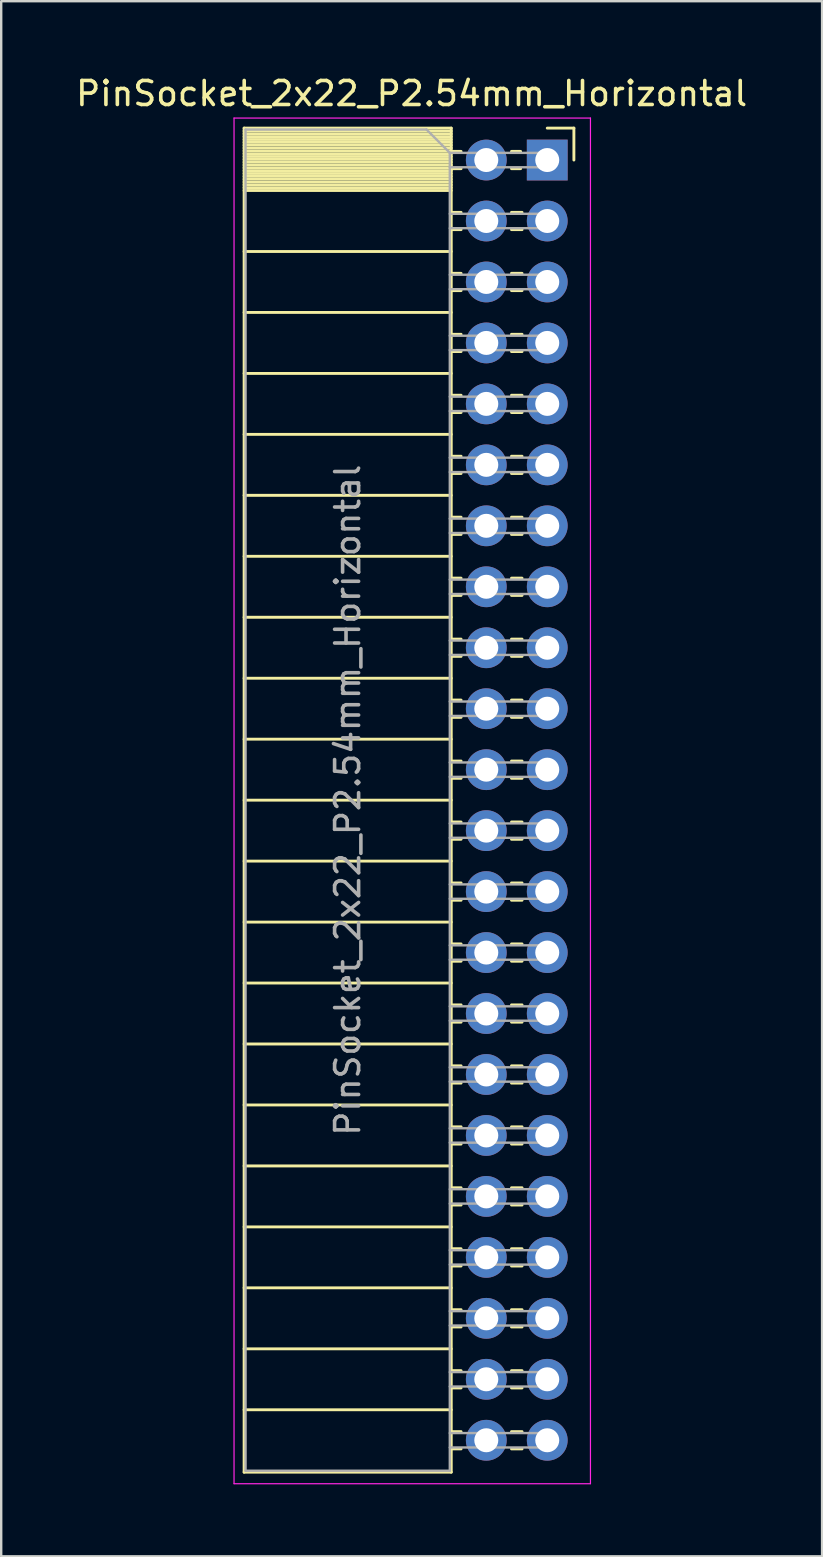
<source format=kicad_pcb>
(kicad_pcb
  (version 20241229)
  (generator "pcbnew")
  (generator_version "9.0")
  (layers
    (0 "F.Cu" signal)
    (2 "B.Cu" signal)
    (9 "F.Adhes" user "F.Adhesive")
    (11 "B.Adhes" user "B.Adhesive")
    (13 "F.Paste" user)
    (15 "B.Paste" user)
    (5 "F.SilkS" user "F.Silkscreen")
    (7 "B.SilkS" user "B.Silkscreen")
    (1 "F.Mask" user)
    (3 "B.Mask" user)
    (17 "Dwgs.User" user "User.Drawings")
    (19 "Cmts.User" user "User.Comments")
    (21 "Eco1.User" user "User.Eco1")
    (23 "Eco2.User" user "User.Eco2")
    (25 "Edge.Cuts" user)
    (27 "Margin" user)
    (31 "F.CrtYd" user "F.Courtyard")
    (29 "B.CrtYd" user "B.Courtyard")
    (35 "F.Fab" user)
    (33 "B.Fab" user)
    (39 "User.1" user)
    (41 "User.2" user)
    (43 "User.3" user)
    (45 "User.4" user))
  (footprint "PinSocket_2x22_P2.54mm_Horizontal"
    (layer "F.Cu")
    (at 19.751 3.618)
    (property "Reference" "PinSocket_2x22_P2.54mm_Horizontal" (at -5.65 -2.77 0) (layer "F.SilkS") (effects (font (size 1 1) (thickness 0.15))))
    (attr through_hole)
    (fp_line (start -12.63 -1.33) (end -12.63 54.67) (stroke (width 0.12) (type solid)) (layer "F.SilkS"))
    (fp_line (start -12.63 -1.33) (end -4 -1.33) (stroke (width 0.12) (type solid)) (layer "F.SilkS"))
    (fp_line (start -12.63 -1.21) (end -4 -1.21) (stroke (width 0.12) (type solid)) (layer "F.SilkS"))
    (fp_line (start -12.63 -1.092) (end -4 -1.092) (stroke (width 0.12) (type solid)) (layer "F.SilkS"))
    (fp_line (start -12.63 -0.974) (end -4 -0.974) (stroke (width 0.12) (type solid)) (layer "F.SilkS"))
    (fp_line (start -12.63 -0.856) (end -4 -0.856) (stroke (width 0.12) (type solid)) (layer "F.SilkS"))
    (fp_line (start -12.63 -0.738) (end -4 -0.738) (stroke (width 0.12) (type solid)) (layer "F.SilkS"))
    (fp_line (start -12.63 -0.62) (end -4 -0.62) (stroke (width 0.12) (type solid)) (layer "F.SilkS"))
    (fp_line (start -12.63 -0.501) (end -4 -0.501) (stroke (width 0.12) (type solid)) (layer "F.SilkS"))
    (fp_line (start -12.63 -0.383) (end -4 -0.383) (stroke (width 0.12) (type solid)) (layer "F.SilkS"))
    (fp_line (start -12.63 -0.265) (end -4 -0.265) (stroke (width 0.12) (type solid)) (layer "F.SilkS"))
    (fp_line (start -12.63 -0.147) (end -4 -0.147) (stroke (width 0.12) (type solid)) (layer "F.SilkS"))
    (fp_line (start -12.63 -0.029) (end -4 -0.029) (stroke (width 0.12) (type solid)) (layer "F.SilkS"))
    (fp_line (start -12.63 0.089) (end -4 0.089) (stroke (width 0.12) (type solid)) (layer "F.SilkS"))
    (fp_line (start -12.63 0.207) (end -4 0.207) (stroke (width 0.12) (type solid)) (layer "F.SilkS"))
    (fp_line (start -12.63 0.325) (end -4 0.325) (stroke (width 0.12) (type solid)) (layer "F.SilkS"))
    (fp_line (start -12.63 0.443) (end -4 0.443) (stroke (width 0.12) (type solid)) (layer "F.SilkS"))
    (fp_line (start -12.63 0.561) (end -4 0.561) (stroke (width 0.12) (type solid)) (layer "F.SilkS"))
    (fp_line (start -12.63 0.68) (end -4 0.68) (stroke (width 0.12) (type solid)) (layer "F.SilkS"))
    (fp_line (start -12.63 0.798) (end -4 0.798) (stroke (width 0.12) (type solid)) (layer "F.SilkS"))
    (fp_line (start -12.63 0.916) (end -4 0.916) (stroke (width 0.12) (type solid)) (layer "F.SilkS"))
    (fp_line (start -12.63 1.034) (end -4 1.034) (stroke (width 0.12) (type solid)) (layer "F.SilkS"))
    (fp_line (start -12.63 1.152) (end -4 1.152) (stroke (width 0.12) (type solid)) (layer "F.SilkS"))
    (fp_line (start -12.63 1.27) (end -4 1.27) (stroke (width 0.12) (type solid)) (layer "F.SilkS"))
    (fp_line (start -12.63 3.81) (end -4 3.81) (stroke (width 0.12) (type solid)) (layer "F.SilkS"))
    (fp_line (start -12.63 6.35) (end -4 6.35) (stroke (width 0.12) (type solid)) (layer "F.SilkS"))
    (fp_line (start -12.63 8.89) (end -4 8.89) (stroke (width 0.12) (type solid)) (layer "F.SilkS"))
    (fp_line (start -12.63 11.43) (end -4 11.43) (stroke (width 0.12) (type solid)) (layer "F.SilkS"))
    (fp_line (start -12.63 13.97) (end -4 13.97) (stroke (width 0.12) (type solid)) (layer "F.SilkS"))
    (fp_line (start -12.63 16.51) (end -4 16.51) (stroke (width 0.12) (type solid)) (layer "F.SilkS"))
    (fp_line (start -12.63 19.05) (end -4 19.05) (stroke (width 0.12) (type solid)) (layer "F.SilkS"))
    (fp_line (start -12.63 21.59) (end -4 21.59) (stroke (width 0.12) (type solid)) (layer "F.SilkS"))
    (fp_line (start -12.63 24.13) (end -4 24.13) (stroke (width 0.12) (type solid)) (layer "F.SilkS"))
    (fp_line (start -12.63 26.67) (end -4 26.67) (stroke (width 0.12) (type solid)) (layer "F.SilkS"))
    (fp_line (start -12.63 29.21) (end -4 29.21) (stroke (width 0.12) (type solid)) (layer "F.SilkS"))
    (fp_line (start -12.63 31.75) (end -4 31.75) (stroke (width 0.12) (type solid)) (layer "F.SilkS"))
    (fp_line (start -12.63 34.29) (end -4 34.29) (stroke (width 0.12) (type solid)) (layer "F.SilkS"))
    (fp_line (start -12.63 36.83) (end -4 36.83) (stroke (width 0.12) (type solid)) (layer "F.SilkS"))
    (fp_line (start -12.63 39.37) (end -4 39.37) (stroke (width 0.12) (type solid)) (layer "F.SilkS"))
    (fp_line (start -12.63 41.91) (end -4 41.91) (stroke (width 0.12) (type solid)) (layer "F.SilkS"))
    (fp_line (start -12.63 44.45) (end -4 44.45) (stroke (width 0.12) (type solid)) (layer "F.SilkS"))
    (fp_line (start -12.63 46.99) (end -4 46.99) (stroke (width 0.12) (type solid)) (layer "F.SilkS"))
    (fp_line (start -12.63 49.53) (end -4 49.53) (stroke (width 0.12) (type solid)) (layer "F.SilkS"))
    (fp_line (start -12.63 52.07) (end -4 52.07) (stroke (width 0.12) (type solid)) (layer "F.SilkS"))
    (fp_line (start -12.63 54.67) (end -4 54.67) (stroke (width 0.12) (type solid)) (layer "F.SilkS"))
    (fp_line (start -4 -1.33) (end -4 54.67) (stroke (width 0.12) (type solid)) (layer "F.SilkS"))
    (fp_line (start -4 -0.36) (end -3.59 -0.36) (stroke (width 0.12) (type solid)) (layer "F.SilkS"))
    (fp_line (start -4 0.36) (end -3.59 0.36) (stroke (width 0.12) (type solid)) (layer "F.SilkS"))
    (fp_line (start -4 2.18) (end -3.59 2.18) (stroke (width 0.12) (type solid)) (layer "F.SilkS"))
    (fp_line (start -4 2.9) (end -3.59 2.9) (stroke (width 0.12) (type solid)) (layer "F.SilkS"))
    (fp_line (start -4 4.72) (end -3.59 4.72) (stroke (width 0.12) (type solid)) (layer "F.SilkS"))
    (fp_line (start -4 5.44) (end -3.59 5.44) (stroke (width 0.12) (type solid)) (layer "F.SilkS"))
    (fp_line (start -4 7.26) (end -3.59 7.26) (stroke (width 0.12) (type solid)) (layer "F.SilkS"))
    (fp_line (start -4 7.98) (end -3.59 7.98) (stroke (width 0.12) (type solid)) (layer "F.SilkS"))
    (fp_line (start -4 9.8) (end -3.59 9.8) (stroke (width 0.12) (type solid)) (layer "F.SilkS"))
    (fp_line (start -4 10.52) (end -3.59 10.52) (stroke (width 0.12) (type solid)) (layer "F.SilkS"))
    (fp_line (start -4 12.34) (end -3.59 12.34) (stroke (width 0.12) (type solid)) (layer "F.SilkS"))
    (fp_line (start -4 13.06) (end -3.59 13.06) (stroke (width 0.12) (type solid)) (layer "F.SilkS"))
    (fp_line (start -4 14.88) (end -3.59 14.88) (stroke (width 0.12) (type solid)) (layer "F.SilkS"))
    (fp_line (start -4 15.6) (end -3.59 15.6) (stroke (width 0.12) (type solid)) (layer "F.SilkS"))
    (fp_line (start -4 17.42) (end -3.59 17.42) (stroke (width 0.12) (type solid)) (layer "F.SilkS"))
    (fp_line (start -4 18.14) (end -3.59 18.14) (stroke (width 0.12) (type solid)) (layer "F.SilkS"))
    (fp_line (start -4 19.96) (end -3.59 19.96) (stroke (width 0.12) (type solid)) (layer "F.SilkS"))
    (fp_line (start -4 20.68) (end -3.59 20.68) (stroke (width 0.12) (type solid)) (layer "F.SilkS"))
    (fp_line (start -4 22.5) (end -3.59 22.5) (stroke (width 0.12) (type solid)) (layer "F.SilkS"))
    (fp_line (start -4 23.22) (end -3.59 23.22) (stroke (width 0.12) (type solid)) (layer "F.SilkS"))
    (fp_line (start -4 25.04) (end -3.59 25.04) (stroke (width 0.12) (type solid)) (layer "F.SilkS"))
    (fp_line (start -4 25.76) (end -3.59 25.76) (stroke (width 0.12) (type solid)) (layer "F.SilkS"))
    (fp_line (start -4 27.58) (end -3.59 27.58) (stroke (width 0.12) (type solid)) (layer "F.SilkS"))
    (fp_line (start -4 28.3) (end -3.59 28.3) (stroke (width 0.12) (type solid)) (layer "F.SilkS"))
    (fp_line (start -4 30.12) (end -3.59 30.12) (stroke (width 0.12) (type solid)) (layer "F.SilkS"))
    (fp_line (start -4 30.84) (end -3.59 30.84) (stroke (width 0.12) (type solid)) (layer "F.SilkS"))
    (fp_line (start -4 32.66) (end -3.59 32.66) (stroke (width 0.12) (type solid)) (layer "F.SilkS"))
    (fp_line (start -4 33.38) (end -3.59 33.38) (stroke (width 0.12) (type solid)) (layer "F.SilkS"))
    (fp_line (start -4 35.2) (end -3.59 35.2) (stroke (width 0.12) (type solid)) (layer "F.SilkS"))
    (fp_line (start -4 35.92) (end -3.59 35.92) (stroke (width 0.12) (type solid)) (layer "F.SilkS"))
    (fp_line (start -4 37.74) (end -3.59 37.74) (stroke (width 0.12) (type solid)) (layer "F.SilkS"))
    (fp_line (start -4 38.46) (end -3.59 38.46) (stroke (width 0.12) (type solid)) (layer "F.SilkS"))
    (fp_line (start -4 40.28) (end -3.59 40.28) (stroke (width 0.12) (type solid)) (layer "F.SilkS"))
    (fp_line (start -4 41) (end -3.59 41) (stroke (width 0.12) (type solid)) (layer "F.SilkS"))
    (fp_line (start -4 42.82) (end -3.59 42.82) (stroke (width 0.12) (type solid)) (layer "F.SilkS"))
    (fp_line (start -4 43.54) (end -3.59 43.54) (stroke (width 0.12) (type solid)) (layer "F.SilkS"))
    (fp_line (start -4 45.36) (end -3.59 45.36) (stroke (width 0.12) (type solid)) (layer "F.SilkS"))
    (fp_line (start -4 46.08) (end -3.59 46.08) (stroke (width 0.12) (type solid)) (layer "F.SilkS"))
    (fp_line (start -4 47.9) (end -3.59 47.9) (stroke (width 0.12) (type solid)) (layer "F.SilkS"))
    (fp_line (start -4 48.62) (end -3.59 48.62) (stroke (width 0.12) (type solid)) (layer "F.SilkS"))
    (fp_line (start -4 50.44) (end -3.59 50.44) (stroke (width 0.12) (type solid)) (layer "F.SilkS"))
    (fp_line (start -4 51.16) (end -3.59 51.16) (stroke (width 0.12) (type solid)) (layer "F.SilkS"))
    (fp_line (start -4 52.98) (end -3.59 52.98) (stroke (width 0.12) (type solid)) (layer "F.SilkS"))
    (fp_line (start -4 53.7) (end -3.59 53.7) (stroke (width 0.12) (type solid)) (layer "F.SilkS"))
    (fp_line (start -1.49 -0.36) (end -1.11 -0.36) (stroke (width 0.12) (type solid)) (layer "F.SilkS"))
    (fp_line (start -1.49 0.36) (end -1.11 0.36) (stroke (width 0.12) (type solid)) (layer "F.SilkS"))
    (fp_line (start -1.49 2.18) (end -1.05 2.18) (stroke (width 0.12) (type solid)) (layer "F.SilkS"))
    (fp_line (start -1.49 2.9) (end -1.05 2.9) (stroke (width 0.12) (type solid)) (layer "F.SilkS"))
    (fp_line (start -1.49 4.72) (end -1.05 4.72) (stroke (width 0.12) (type solid)) (layer "F.SilkS"))
    (fp_line (start -1.49 5.44) (end -1.05 5.44) (stroke (width 0.12) (type solid)) (layer "F.SilkS"))
    (fp_line (start -1.49 7.26) (end -1.05 7.26) (stroke (width 0.12) (type solid)) (layer "F.SilkS"))
    (fp_line (start -1.49 7.98) (end -1.05 7.98) (stroke (width 0.12) (type solid)) (layer "F.SilkS"))
    (fp_line (start -1.49 9.8) (end -1.05 9.8) (stroke (width 0.12) (type solid)) (layer "F.SilkS"))
    (fp_line (start -1.49 10.52) (end -1.05 10.52) (stroke (width 0.12) (type solid)) (layer "F.SilkS"))
    (fp_line (start -1.49 12.34) (end -1.05 12.34) (stroke (width 0.12) (type solid)) (layer "F.SilkS"))
    (fp_line (start -1.49 13.06) (end -1.05 13.06) (stroke (width 0.12) (type solid)) (layer "F.SilkS"))
    (fp_line (start -1.49 14.88) (end -1.05 14.88) (stroke (width 0.12) (type solid)) (layer "F.SilkS"))
    (fp_line (start -1.49 15.6) (end -1.05 15.6) (stroke (width 0.12) (type solid)) (layer "F.SilkS"))
    (fp_line (start -1.49 17.42) (end -1.05 17.42) (stroke (width 0.12) (type solid)) (layer "F.SilkS"))
    (fp_line (start -1.49 18.14) (end -1.05 18.14) (stroke (width 0.12) (type solid)) (layer "F.SilkS"))
    (fp_line (start -1.49 19.96) (end -1.05 19.96) (stroke (width 0.12) (type solid)) (layer "F.SilkS"))
    (fp_line (start -1.49 20.68) (end -1.05 20.68) (stroke (width 0.12) (type solid)) (layer "F.SilkS"))
    (fp_line (start -1.49 22.5) (end -1.05 22.5) (stroke (width 0.12) (type solid)) (layer "F.SilkS"))
    (fp_line (start -1.49 23.22) (end -1.05 23.22) (stroke (width 0.12) (type solid)) (layer "F.SilkS"))
    (fp_line (start -1.49 25.04) (end -1.05 25.04) (stroke (width 0.12) (type solid)) (layer "F.SilkS"))
    (fp_line (start -1.49 25.76) (end -1.05 25.76) (stroke (width 0.12) (type solid)) (layer "F.SilkS"))
    (fp_line (start -1.49 27.58) (end -1.05 27.58) (stroke (width 0.12) (type solid)) (layer "F.SilkS"))
    (fp_line (start -1.49 28.3) (end -1.05 28.3) (stroke (width 0.12) (type solid)) (layer "F.SilkS"))
    (fp_line (start -1.49 30.12) (end -1.05 30.12) (stroke (width 0.12) (type solid)) (layer "F.SilkS"))
    (fp_line (start -1.49 30.84) (end -1.05 30.84) (stroke (width 0.12) (type solid)) (layer "F.SilkS"))
    (fp_line (start -1.49 32.66) (end -1.05 32.66) (stroke (width 0.12) (type solid)) (layer "F.SilkS"))
    (fp_line (start -1.49 33.38) (end -1.05 33.38) (stroke (width 0.12) (type solid)) (layer "F.SilkS"))
    (fp_line (start -1.49 35.2) (end -1.05 35.2) (stroke (width 0.12) (type solid)) (layer "F.SilkS"))
    (fp_line (start -1.49 35.92) (end -1.05 35.92) (stroke (width 0.12) (type solid)) (layer "F.SilkS"))
    (fp_line (start -1.49 37.74) (end -1.05 37.74) (stroke (width 0.12) (type solid)) (layer "F.SilkS"))
    (fp_line (start -1.49 38.46) (end -1.05 38.46) (stroke (width 0.12) (type solid)) (layer "F.SilkS"))
    (fp_line (start -1.49 40.28) (end -1.05 40.28) (stroke (width 0.12) (type solid)) (layer "F.SilkS"))
    (fp_line (start -1.49 41) (end -1.05 41) (stroke (width 0.12) (type solid)) (layer "F.SilkS"))
    (fp_line (start -1.49 42.82) (end -1.05 42.82) (stroke (width 0.12) (type solid)) (layer "F.SilkS"))
    (fp_line (start -1.49 43.54) (end -1.05 43.54) (stroke (width 0.12) (type solid)) (layer "F.SilkS"))
    (fp_line (start -1.49 45.36) (end -1.05 45.36) (stroke (width 0.12) (type solid)) (layer "F.SilkS"))
    (fp_line (start -1.49 46.08) (end -1.05 46.08) (stroke (width 0.12) (type solid)) (layer "F.SilkS"))
    (fp_line (start -1.49 47.9) (end -1.05 47.9) (stroke (width 0.12) (type solid)) (layer "F.SilkS"))
    (fp_line (start -1.49 48.62) (end -1.05 48.62) (stroke (width 0.12) (type solid)) (layer "F.SilkS"))
    (fp_line (start -1.49 50.44) (end -1.05 50.44) (stroke (width 0.12) (type solid)) (layer "F.SilkS"))
    (fp_line (start -1.49 51.16) (end -1.05 51.16) (stroke (width 0.12) (type solid)) (layer "F.SilkS"))
    (fp_line (start -1.49 52.98) (end -1.05 52.98) (stroke (width 0.12) (type solid)) (layer "F.SilkS"))
    (fp_line (start -1.49 53.7) (end -1.05 53.7) (stroke (width 0.12) (type solid)) (layer "F.SilkS"))
    (fp_line (start 0 -1.33) (end 1.11 -1.33) (stroke (width 0.12) (type solid)) (layer "F.SilkS"))
    (fp_line (start 1.11 -1.33) (end 1.11 0) (stroke (width 0.12) (type solid)) (layer "F.SilkS"))
    (fp_line (start -13.05 -1.75) (end -13.05 55.15) (stroke (width 0.05) (type solid)) (layer "F.CrtYd"))
    (fp_line (start -13.05 55.15) (end 1.8 55.15) (stroke (width 0.05) (type solid)) (layer "F.CrtYd"))
    (fp_line (start 1.8 -1.75) (end -13.05 -1.75) (stroke (width 0.05) (type solid)) (layer "F.CrtYd"))
    (fp_line (start 1.8 55.15) (end 1.8 -1.75) (stroke (width 0.05) (type solid)) (layer "F.CrtYd"))
    (fp_line (start -12.57 -1.27) (end -5.03 -1.27) (stroke (width 0.1) (type solid)) (layer "F.Fab"))
    (fp_line (start -12.57 54.61) (end -12.57 -1.27) (stroke (width 0.1) (type solid)) (layer "F.Fab"))
    (fp_line (start -5.03 -1.27) (end -4.06 -0.3) (stroke (width 0.1) (type solid)) (layer "F.Fab"))
    (fp_line (start -4.06 -0.3) (end -4.06 54.61) (stroke (width 0.1) (type solid)) (layer "F.Fab"))
    (fp_line (start -4.06 0.3) (end 0 0.3) (stroke (width 0.1) (type solid)) (layer "F.Fab"))
    (fp_line (start -4.06 2.84) (end 0 2.84) (stroke (width 0.1) (type solid)) (layer "F.Fab"))
    (fp_line (start -4.06 5.38) (end 0 5.38) (stroke (width 0.1) (type solid)) (layer "F.Fab"))
    (fp_line (start -4.06 7.92) (end 0 7.92) (stroke (width 0.1) (type solid)) (layer "F.Fab"))
    (fp_line (start -4.06 10.46) (end 0 10.46) (stroke (width 0.1) (type solid)) (layer "F.Fab"))
    (fp_line (start -4.06 13) (end 0 13) (stroke (width 0.1) (type solid)) (layer "F.Fab"))
    (fp_line (start -4.06 15.54) (end 0 15.54) (stroke (width 0.1) (type solid)) (layer "F.Fab"))
    (fp_line (start -4.06 18.08) (end 0 18.08) (stroke (width 0.1) (type solid)) (layer "F.Fab"))
    (fp_line (start -4.06 20.62) (end 0 20.62) (stroke (width 0.1) (type solid)) (layer "F.Fab"))
    (fp_line (start -4.06 23.16) (end 0 23.16) (stroke (width 0.1) (type solid)) (layer "F.Fab"))
    (fp_line (start -4.06 25.7) (end 0 25.7) (stroke (width 0.1) (type solid)) (layer "F.Fab"))
    (fp_line (start -4.06 28.24) (end 0 28.24) (stroke (width 0.1) (type solid)) (layer "F.Fab"))
    (fp_line (start -4.06 30.78) (end 0 30.78) (stroke (width 0.1) (type solid)) (layer "F.Fab"))
    (fp_line (start -4.06 33.32) (end 0 33.32) (stroke (width 0.1) (type solid)) (layer "F.Fab"))
    (fp_line (start -4.06 35.86) (end 0 35.86) (stroke (width 0.1) (type solid)) (layer "F.Fab"))
    (fp_line (start -4.06 38.4) (end 0 38.4) (stroke (width 0.1) (type solid)) (layer "F.Fab"))
    (fp_line (start -4.06 40.94) (end 0 40.94) (stroke (width 0.1) (type solid)) (layer "F.Fab"))
    (fp_line (start -4.06 43.48) (end 0 43.48) (stroke (width 0.1) (type solid)) (layer "F.Fab"))
    (fp_line (start -4.06 46.02) (end 0 46.02) (stroke (width 0.1) (type solid)) (layer "F.Fab"))
    (fp_line (start -4.06 48.56) (end 0 48.56) (stroke (width 0.1) (type solid)) (layer "F.Fab"))
    (fp_line (start -4.06 51.1) (end 0 51.1) (stroke (width 0.1) (type solid)) (layer "F.Fab"))
    (fp_line (start -4.06 53.64) (end 0 53.64) (stroke (width 0.1) (type solid)) (layer "F.Fab"))
    (fp_line (start -4.06 54.61) (end -12.57 54.61) (stroke (width 0.1) (type solid)) (layer "F.Fab"))
    (fp_line (start 0 -0.3) (end -4.06 -0.3) (stroke (width 0.1) (type solid)) (layer "F.Fab"))
    (fp_line (start 0 0.3) (end 0 -0.3) (stroke (width 0.1) (type solid)) (layer "F.Fab"))
    (fp_line (start 0 2.24) (end -4.06 2.24) (stroke (width 0.1) (type solid)) (layer "F.Fab"))
    (fp_line (start 0 2.84) (end 0 2.24) (stroke (width 0.1) (type solid)) (layer "F.Fab"))
    (fp_line (start 0 4.78) (end -4.06 4.78) (stroke (width 0.1) (type solid)) (layer "F.Fab"))
    (fp_line (start 0 5.38) (end 0 4.78) (stroke (width 0.1) (type solid)) (layer "F.Fab"))
    (fp_line (start 0 7.32) (end -4.06 7.32) (stroke (width 0.1) (type solid)) (layer "F.Fab"))
    (fp_line (start 0 7.92) (end 0 7.32) (stroke (width 0.1) (type solid)) (layer "F.Fab"))
    (fp_line (start 0 9.86) (end -4.06 9.86) (stroke (width 0.1) (type solid)) (layer "F.Fab"))
    (fp_line (start 0 10.46) (end 0 9.86) (stroke (width 0.1) (type solid)) (layer "F.Fab"))
    (fp_line (start 0 12.4) (end -4.06 12.4) (stroke (width 0.1) (type solid)) (layer "F.Fab"))
    (fp_line (start 0 13) (end 0 12.4) (stroke (width 0.1) (type solid)) (layer "F.Fab"))
    (fp_line (start 0 14.94) (end -4.06 14.94) (stroke (width 0.1) (type solid)) (layer "F.Fab"))
    (fp_line (start 0 15.54) (end 0 14.94) (stroke (width 0.1) (type solid)) (layer "F.Fab"))
    (fp_line (start 0 17.48) (end -4.06 17.48) (stroke (width 0.1) (type solid)) (layer "F.Fab"))
    (fp_line (start 0 18.08) (end 0 17.48) (stroke (width 0.1) (type solid)) (layer "F.Fab"))
    (fp_line (start 0 20.02) (end -4.06 20.02) (stroke (width 0.1) (type solid)) (layer "F.Fab"))
    (fp_line (start 0 20.62) (end 0 20.02) (stroke (width 0.1) (type solid)) (layer "F.Fab"))
    (fp_line (start 0 22.56) (end -4.06 22.56) (stroke (width 0.1) (type solid)) (layer "F.Fab"))
    (fp_line (start 0 23.16) (end 0 22.56) (stroke (width 0.1) (type solid)) (layer "F.Fab"))
    (fp_line (start 0 25.1) (end -4.06 25.1) (stroke (width 0.1) (type solid)) (layer "F.Fab"))
    (fp_line (start 0 25.7) (end 0 25.1) (stroke (width 0.1) (type solid)) (layer "F.Fab"))
    (fp_line (start 0 27.64) (end -4.06 27.64) (stroke (width 0.1) (type solid)) (layer "F.Fab"))
    (fp_line (start 0 28.24) (end 0 27.64) (stroke (width 0.1) (type solid)) (layer "F.Fab"))
    (fp_line (start 0 30.18) (end -4.06 30.18) (stroke (width 0.1) (type solid)) (layer "F.Fab"))
    (fp_line (start 0 30.78) (end 0 30.18) (stroke (width 0.1) (type solid)) (layer "F.Fab"))
    (fp_line (start 0 32.72) (end -4.06 32.72) (stroke (width 0.1) (type solid)) (layer "F.Fab"))
    (fp_line (start 0 33.32) (end 0 32.72) (stroke (width 0.1) (type solid)) (layer "F.Fab"))
    (fp_line (start 0 35.26) (end -4.06 35.26) (stroke (width 0.1) (type solid)) (layer "F.Fab"))
    (fp_line (start 0 35.86) (end 0 35.26) (stroke (width 0.1) (type solid)) (layer "F.Fab"))
    (fp_line (start 0 37.8) (end -4.06 37.8) (stroke (width 0.1) (type solid)) (layer "F.Fab"))
    (fp_line (start 0 38.4) (end 0 37.8) (stroke (width 0.1) (type solid)) (layer "F.Fab"))
    (fp_line (start 0 40.34) (end -4.06 40.34) (stroke (width 0.1) (type solid)) (layer "F.Fab"))
    (fp_line (start 0 40.94) (end 0 40.34) (stroke (width 0.1) (type solid)) (layer "F.Fab"))
    (fp_line (start 0 42.88) (end -4.06 42.88) (stroke (width 0.1) (type solid)) (layer "F.Fab"))
    (fp_line (start 0 43.48) (end 0 42.88) (stroke (width 0.1) (type solid)) (layer "F.Fab"))
    (fp_line (start 0 45.42) (end -4.06 45.42) (stroke (width 0.1) (type solid)) (layer "F.Fab"))
    (fp_line (start 0 46.02) (end 0 45.42) (stroke (width 0.1) (type solid)) (layer "F.Fab"))
    (fp_line (start 0 47.96) (end -4.06 47.96) (stroke (width 0.1) (type solid)) (layer "F.Fab"))
    (fp_line (start 0 48.56) (end 0 47.96) (stroke (width 0.1) (type solid)) (layer "F.Fab"))
    (fp_line (start 0 50.5) (end -4.06 50.5) (stroke (width 0.1) (type solid)) (layer "F.Fab"))
    (fp_line (start 0 51.1) (end 0 50.5) (stroke (width 0.1) (type solid)) (layer "F.Fab"))
    (fp_line (start 0 53.04) (end -4.06 53.04) (stroke (width 0.1) (type solid)) (layer "F.Fab"))
    (fp_line (start 0 53.64) (end 0 53.04) (stroke (width 0.1) (type solid)) (layer "F.Fab"))
    (fp_text user "${REFERENCE}" (at -8.315 26.67 90) (layer "F.Fab") (effects (font (size 1 1) (thickness 0.15))))
    (pad "1" thru_hole rect (at 0 0) (size 1.7 1.7) (drill 1) (layers "*.Cu" "*.Mask"))
    (pad "2" thru_hole circle (at -2.54 0) (size 1.7 1.7) (drill 1) (layers "*.Cu" "*.Mask"))
    (pad "3" thru_hole circle (at 0 2.54) (size 1.7 1.7) (drill 1) (layers "*.Cu" "*.Mask"))
    (pad "4" thru_hole circle (at -2.54 2.54) (size 1.7 1.7) (drill 1) (layers "*.Cu" "*.Mask"))
    (pad "5" thru_hole circle (at 0 5.08) (size 1.7 1.7) (drill 1) (layers "*.Cu" "*.Mask"))
    (pad "6" thru_hole circle (at -2.54 5.08) (size 1.7 1.7) (drill 1) (layers "*.Cu" "*.Mask"))
    (pad "7" thru_hole circle (at 0 7.62) (size 1.7 1.7) (drill 1) (layers "*.Cu" "*.Mask"))
    (pad "8" thru_hole circle (at -2.54 7.62) (size 1.7 1.7) (drill 1) (layers "*.Cu" "*.Mask"))
    (pad "9" thru_hole circle (at 0 10.16) (size 1.7 1.7) (drill 1) (layers "*.Cu" "*.Mask"))
    (pad "10" thru_hole circle (at -2.54 10.16) (size 1.7 1.7) (drill 1) (layers "*.Cu" "*.Mask"))
    (pad "11" thru_hole circle (at 0 12.7) (size 1.7 1.7) (drill 1) (layers "*.Cu" "*.Mask"))
    (pad "12" thru_hole circle (at -2.54 12.7) (size 1.7 1.7) (drill 1) (layers "*.Cu" "*.Mask"))
    (pad "13" thru_hole circle (at 0 15.24) (size 1.7 1.7) (drill 1) (layers "*.Cu" "*.Mask"))
    (pad "14" thru_hole circle (at -2.54 15.24) (size 1.7 1.7) (drill 1) (layers "*.Cu" "*.Mask"))
    (pad "15" thru_hole circle (at 0 17.78) (size 1.7 1.7) (drill 1) (layers "*.Cu" "*.Mask"))
    (pad "16" thru_hole circle (at -2.54 17.78) (size 1.7 1.7) (drill 1) (layers "*.Cu" "*.Mask"))
    (pad "17" thru_hole circle (at 0 20.32) (size 1.7 1.7) (drill 1) (layers "*.Cu" "*.Mask"))
    (pad "18" thru_hole circle (at -2.54 20.32) (size 1.7 1.7) (drill 1) (layers "*.Cu" "*.Mask"))
    (pad "19" thru_hole circle (at 0 22.86) (size 1.7 1.7) (drill 1) (layers "*.Cu" "*.Mask"))
    (pad "20" thru_hole circle (at -2.54 22.86) (size 1.7 1.7) (drill 1) (layers "*.Cu" "*.Mask"))
    (pad "21" thru_hole circle (at 0 25.4) (size 1.7 1.7) (drill 1) (layers "*.Cu" "*.Mask"))
    (pad "22" thru_hole circle (at -2.54 25.4) (size 1.7 1.7) (drill 1) (layers "*.Cu" "*.Mask"))
    (pad "23" thru_hole circle (at 0 27.94) (size 1.7 1.7) (drill 1) (layers "*.Cu" "*.Mask"))
    (pad "24" thru_hole circle (at -2.54 27.94) (size 1.7 1.7) (drill 1) (layers "*.Cu" "*.Mask"))
    (pad "25" thru_hole circle (at 0 30.48) (size 1.7 1.7) (drill 1) (layers "*.Cu" "*.Mask"))
    (pad "26" thru_hole circle (at -2.54 30.48) (size 1.7 1.7) (drill 1) (layers "*.Cu" "*.Mask"))
    (pad "27" thru_hole circle (at 0 33.02) (size 1.7 1.7) (drill 1) (layers "*.Cu" "*.Mask"))
    (pad "28" thru_hole circle (at -2.54 33.02) (size 1.7 1.7) (drill 1) (layers "*.Cu" "*.Mask"))
    (pad "29" thru_hole circle (at 0 35.56) (size 1.7 1.7) (drill 1) (layers "*.Cu" "*.Mask"))
    (pad "30" thru_hole circle (at -2.54 35.56) (size 1.7 1.7) (drill 1) (layers "*.Cu" "*.Mask"))
    (pad "31" thru_hole circle (at 0 38.1) (size 1.7 1.7) (drill 1) (layers "*.Cu" "*.Mask"))
    (pad "32" thru_hole circle (at -2.54 38.1) (size 1.7 1.7) (drill 1) (layers "*.Cu" "*.Mask"))
    (pad "33" thru_hole circle (at 0 40.64) (size 1.7 1.7) (drill 1) (layers "*.Cu" "*.Mask"))
    (pad "34" thru_hole circle (at -2.54 40.64) (size 1.7 1.7) (drill 1) (layers "*.Cu" "*.Mask"))
    (pad "35" thru_hole circle (at 0 43.18) (size 1.7 1.7) (drill 1) (layers "*.Cu" "*.Mask"))
    (pad "36" thru_hole circle (at -2.54 43.18) (size 1.7 1.7) (drill 1) (layers "*.Cu" "*.Mask"))
    (pad "37" thru_hole circle (at 0 45.72) (size 1.7 1.7) (drill 1) (layers "*.Cu" "*.Mask"))
    (pad "38" thru_hole circle (at -2.54 45.72) (size 1.7 1.7) (drill 1) (layers "*.Cu" "*.Mask"))
    (pad "39" thru_hole circle (at 0 48.26) (size 1.7 1.7) (drill 1) (layers "*.Cu" "*.Mask"))
    (pad "40" thru_hole circle (at -2.54 48.26) (size 1.7 1.7) (drill 1) (layers "*.Cu" "*.Mask"))
    (pad "41" thru_hole circle (at 0 50.8) (size 1.7 1.7) (drill 1) (layers "*.Cu" "*.Mask"))
    (pad "42" thru_hole circle (at -2.54 50.8) (size 1.7 1.7) (drill 1) (layers "*.Cu" "*.Mask"))
    (pad "43" thru_hole circle (at 0 53.34) (size 1.7 1.7) (drill 1) (layers "*.Cu" "*.Mask"))
    (pad "44" thru_hole circle (at -2.54 53.34) (size 1.7 1.7) (drill 1) (layers "*.Cu" "*.Mask")))
  (gr_rect
    (start -3 -3)
    (end 31.202 61.793)
    (stroke (width 0.1) (type default))
    (fill no)
    (layer "Edge.Cuts")))
</source>
